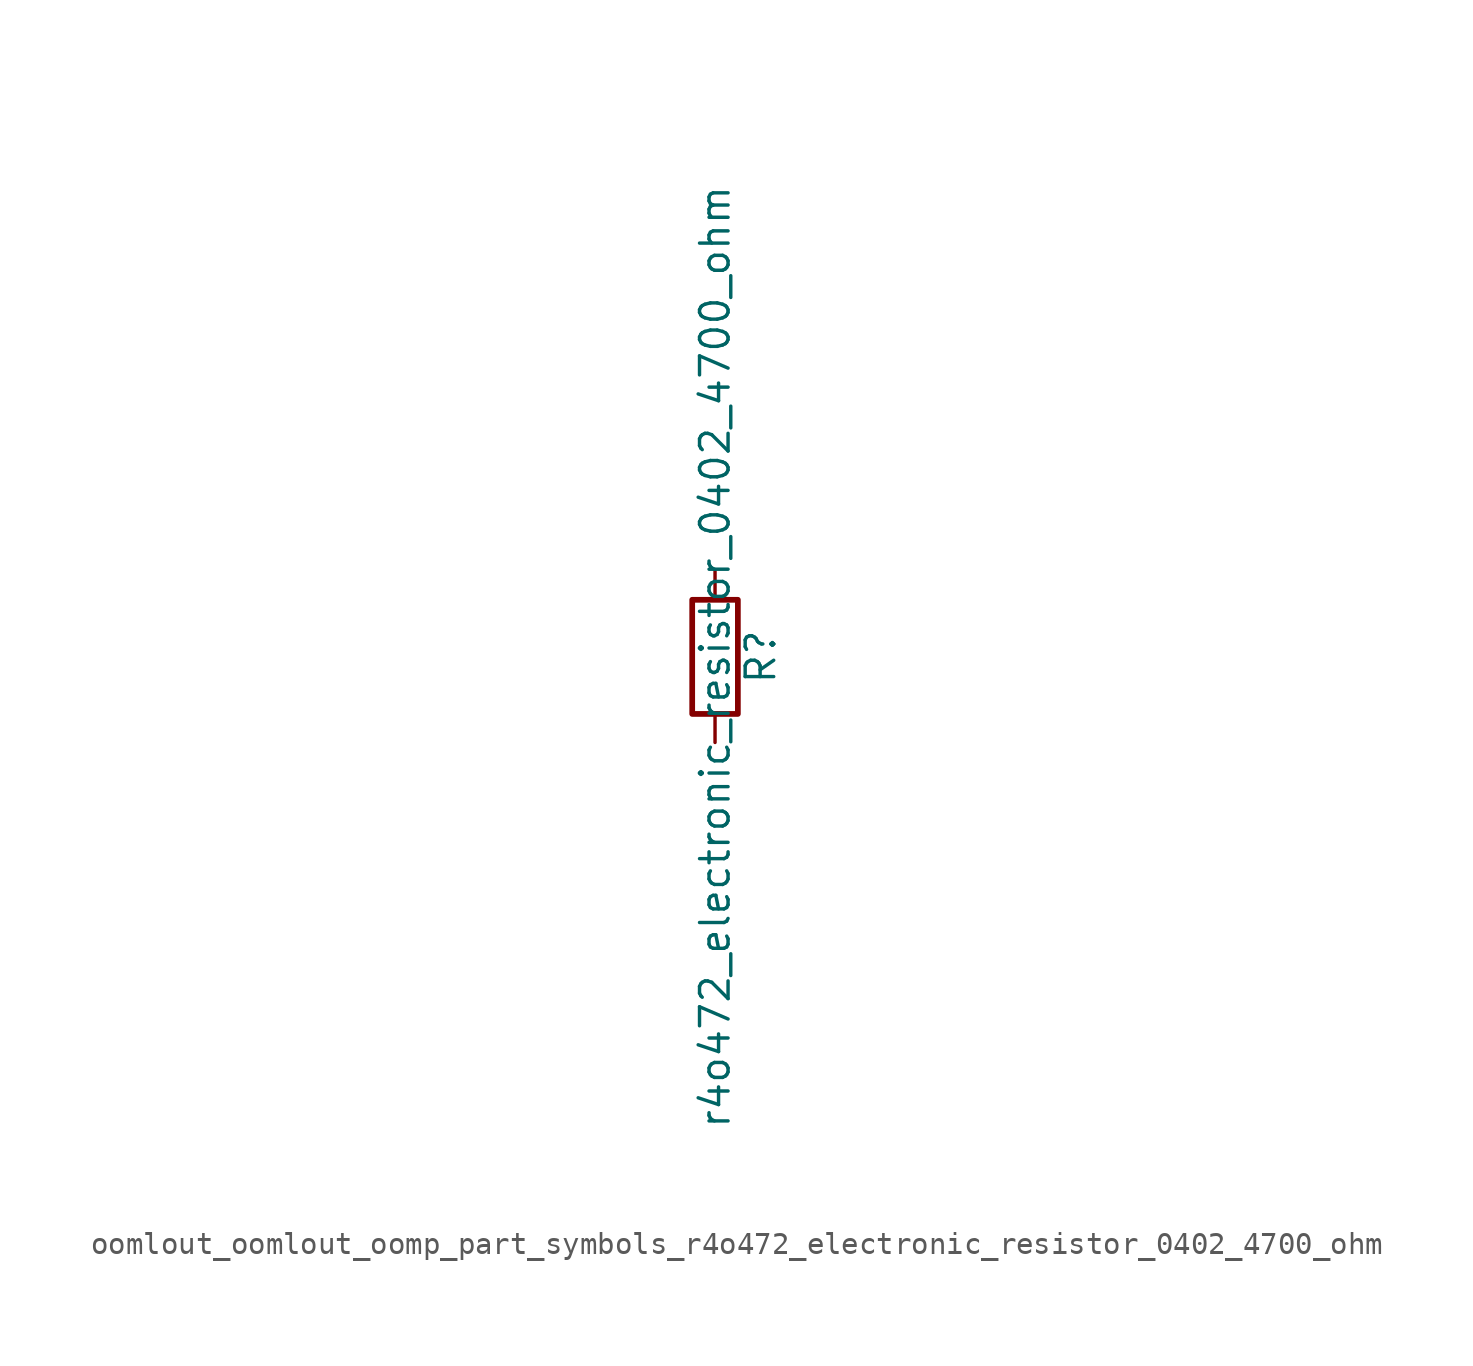
<source format=kicad_sym>
(kicad_symbol_lib
  (version 20220914)
  (generator kicad_symbol_editor)
  (symbol "oomlout_oomlout_oomp_part_symbols_r4o472_electronic_resistor_0402_4700_ohm"
    (pin_numbers hide)
    (pin_names
      (offset 0))
    (property "Reference" "R"
      (at 2.032 0 90)
      (effects (font (size 1.27 1.27))))
    (property "Value" "r4o472_electronic_resistor_0402_4700_ohm"
      (at 0 0 90)
      (effects (font (size 1.27 1.27))))
    (symbol "oomlout_oomlout_oomp_part_symbols_r4o472_electronic_resistor_0402_4700_ohm_0_1"
      (rectangle (start -1.016 -2.54) (end 1.016 2.54) (stroke (width 0.254) (type default)) (fill (type none))))
    (symbol "oomlout_oomlout_oomp_part_symbols_r4o472_electronic_resistor_0402_4700_ohm_1_1"
      (pin passive line (at 0 3.81 270) (length 1.27) (name "~" (effects (font (size 1.27 1.27)))) (number "1" (effects (font (size 1.27 1.27)))))
      (pin passive line (at 0 -3.81 90) (length 1.27) (name "~" (effects (font (size 1.27 1.27)))) (number "2" (effects (font (size 1.27 1.27))))))))
</source>
